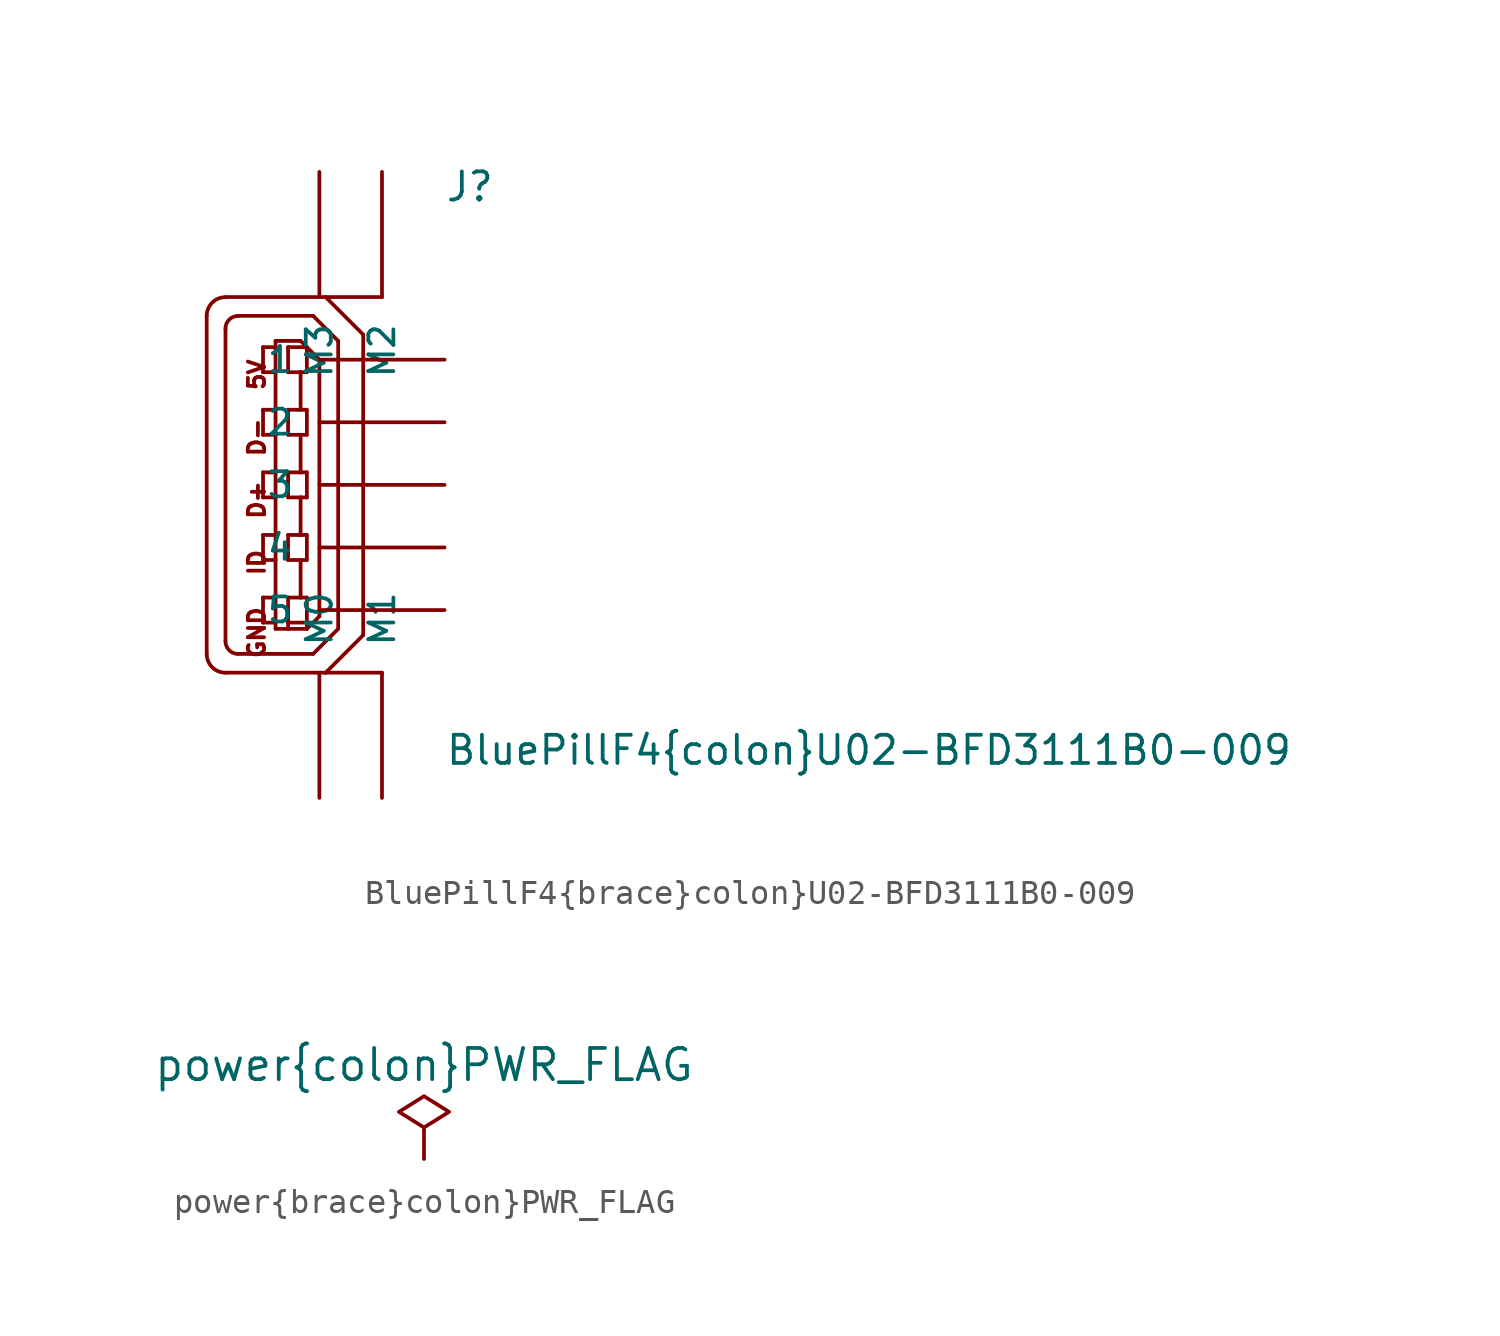
<source format=kicad_sym>
(kicad_symbol_lib
  (version 20211014)
  (generator kicad_symbol_editor)
  (symbol "BluePillF4{brace}colon}U02-BFD3111B0-009"
    (pin_numbers hide)
    (pin_names
      (offset 1.016))
    (property "Reference" "J"
      (at 5.08 11.43 0)
      (effects (font (size 1.143 1.143)) (justify left bottom)))
    (property "Value" "BluePillF4{brace}colon}U02-BFD3111B0-009"
      (at 5.08 -11.43 0)
      (effects (font (size 1.143 1.143)) (justify left bottom)))
    (property "ki_locked" ""
      (at 0 0 0)
      (effects (font (size 1.27 1.27))))
    (symbol "BluePillF4{brace}colon}U02-BFD3111B0-009_1_0"
      (polyline (pts (xy -4.572 6.858) (xy -4.572 -6.858)) (stroke (width 0) (type default) (color 0 0 0 0)) (fill (type none)))
      (polyline (pts (xy -3.81 -7.62) (xy 0.254 -7.62)) (stroke (width 0) (type default) (color 0 0 0 0)) (fill (type none)))
      (polyline (pts (xy -3.81 6.35) (xy -3.81 -6.35)) (stroke (width 0) (type default) (color 0 0 0 0)) (fill (type none)))
      (polyline (pts (xy -3.302 -6.858) (xy -0.254 -6.858)) (stroke (width 0) (type default) (color 0 0 0 0)) (fill (type none)))
      (polyline (pts (xy -2.286 -5.588) (xy -1.778 -5.588)) (stroke (width 0) (type default) (color 0 0 0 0)) (fill (type none)))
      (polyline (pts (xy -2.286 -4.572) (xy -2.286 -5.588)) (stroke (width 0) (type default) (color 0 0 0 0)) (fill (type none)))
      (polyline (pts (xy -2.286 -3.048) (xy -1.778 -3.048)) (stroke (width 0) (type default) (color 0 0 0 0)) (fill (type none)))
      (polyline (pts (xy -2.286 -2.032) (xy -2.286 -3.048)) (stroke (width 0) (type default) (color 0 0 0 0)) (fill (type none)))
      (polyline (pts (xy -2.286 -0.508) (xy -1.778 -0.508)) (stroke (width 0) (type default) (color 0 0 0 0)) (fill (type none)))
      (polyline (pts (xy -2.286 0.508) (xy -2.286 -0.508)) (stroke (width 0) (type default) (color 0 0 0 0)) (fill (type none)))
      (polyline (pts (xy -2.286 2.032) (xy -1.778 2.032)) (stroke (width 0) (type default) (color 0 0 0 0)) (fill (type none)))
      (polyline (pts (xy -2.286 3.048) (xy -2.286 2.032)) (stroke (width 0) (type default) (color 0 0 0 0)) (fill (type none)))
      (polyline (pts (xy -2.286 4.572) (xy -1.778 4.572)) (stroke (width 0) (type default) (color 0 0 0 0)) (fill (type none)))
      (polyline (pts (xy -2.286 5.588) (xy -2.286 4.572)) (stroke (width 0) (type default) (color 0 0 0 0)) (fill (type none)))
      (polyline (pts (xy -1.778 -5.842) (xy -1.778 -5.588)) (stroke (width 0) (type default) (color 0 0 0 0)) (fill (type none)))
      (polyline (pts (xy -1.778 -5.588) (xy -1.778 -4.572)) (stroke (width 0) (type default) (color 0 0 0 0)) (fill (type none)))
      (polyline (pts (xy -1.778 -4.572) (xy -2.286 -4.572)) (stroke (width 0) (type default) (color 0 0 0 0)) (fill (type none)))
      (polyline (pts (xy -1.778 -4.572) (xy -1.778 -3.048)) (stroke (width 0) (type default) (color 0 0 0 0)) (fill (type none)))
      (polyline (pts (xy -1.778 -3.048) (xy -1.778 -2.032)) (stroke (width 0) (type default) (color 0 0 0 0)) (fill (type none)))
      (polyline (pts (xy -1.778 -2.032) (xy -2.286 -2.032)) (stroke (width 0) (type default) (color 0 0 0 0)) (fill (type none)))
      (polyline (pts (xy -1.778 -2.032) (xy -1.778 -0.508)) (stroke (width 0) (type default) (color 0 0 0 0)) (fill (type none)))
      (polyline (pts (xy -1.778 -0.508) (xy -1.778 0.508)) (stroke (width 0) (type default) (color 0 0 0 0)) (fill (type none)))
      (polyline (pts (xy -1.778 0.508) (xy -2.286 0.508)) (stroke (width 0) (type default) (color 0 0 0 0)) (fill (type none)))
      (polyline (pts (xy -1.778 0.508) (xy -1.778 2.032)) (stroke (width 0) (type default) (color 0 0 0 0)) (fill (type none)))
      (polyline (pts (xy -1.778 2.032) (xy -1.778 3.048)) (stroke (width 0) (type default) (color 0 0 0 0)) (fill (type none)))
      (polyline (pts (xy -1.778 3.048) (xy -2.286 3.048)) (stroke (width 0) (type default) (color 0 0 0 0)) (fill (type none)))
      (polyline (pts (xy -1.778 3.048) (xy -1.778 4.572)) (stroke (width 0) (type default) (color 0 0 0 0)) (fill (type none)))
      (polyline (pts (xy -1.778 4.572) (xy -1.778 5.588)) (stroke (width 0) (type default) (color 0 0 0 0)) (fill (type none)))
      (polyline (pts (xy -1.778 5.588) (xy -2.286 5.588)) (stroke (width 0) (type default) (color 0 0 0 0)) (fill (type none)))
      (polyline (pts (xy -1.778 5.588) (xy -1.778 5.842)) (stroke (width 0) (type default) (color 0 0 0 0)) (fill (type none)))
      (polyline (pts (xy -1.778 5.842) (xy -0.762 5.842)) (stroke (width 0) (type default) (color 0 0 0 0)) (fill (type none)))
      (polyline (pts (xy -1.27 -5.842) (xy -1.778 -5.842)) (stroke (width 0) (type default) (color 0 0 0 0)) (fill (type none)))
      (polyline (pts (xy -1.27 -5.842) (xy -1.27 -5.588)) (stroke (width 0) (type default) (color 0 0 0 0)) (fill (type none)))
      (polyline (pts (xy -1.27 -5.588) (xy -1.27 -4.572)) (stroke (width 0) (type default) (color 0 0 0 0)) (fill (type none)))
      (polyline (pts (xy -1.27 -5.588) (xy -0.508 -5.588)) (stroke (width 0) (type default) (color 0 0 0 0)) (fill (type none)))
      (polyline (pts (xy -1.27 -4.572) (xy -0.762 -4.572)) (stroke (width 0) (type default) (color 0 0 0 0)) (fill (type none)))
      (polyline (pts (xy -1.27 -3.048) (xy -1.27 -2.032)) (stroke (width 0) (type default) (color 0 0 0 0)) (fill (type none)))
      (polyline (pts (xy -1.27 -2.032) (xy -0.762 -2.032)) (stroke (width 0) (type default) (color 0 0 0 0)) (fill (type none)))
      (polyline (pts (xy -1.27 -0.508) (xy -1.27 0.508)) (stroke (width 0) (type default) (color 0 0 0 0)) (fill (type none)))
      (polyline (pts (xy -1.27 0.508) (xy -0.762 0.508)) (stroke (width 0) (type default) (color 0 0 0 0)) (fill (type none)))
      (polyline (pts (xy -1.27 2.032) (xy -1.27 3.048)) (stroke (width 0) (type default) (color 0 0 0 0)) (fill (type none)))
      (polyline (pts (xy -1.27 3.048) (xy -0.762 3.048)) (stroke (width 0) (type default) (color 0 0 0 0)) (fill (type none)))
      (polyline (pts (xy -1.27 4.572) (xy -1.27 5.588)) (stroke (width 0) (type default) (color 0 0 0 0)) (fill (type none)))
      (polyline (pts (xy -1.27 5.588) (xy -0.508 5.588)) (stroke (width 0) (type default) (color 0 0 0 0)) (fill (type none)))
      (polyline (pts (xy -0.762 -4.572) (xy -0.508 -4.572)) (stroke (width 0) (type default) (color 0 0 0 0)) (fill (type none)))
      (polyline (pts (xy -0.762 -3.048) (xy -1.27 -3.048)) (stroke (width 0) (type default) (color 0 0 0 0)) (fill (type none)))
      (polyline (pts (xy -0.762 -3.048) (xy -0.762 -4.572)) (stroke (width 0) (type default) (color 0 0 0 0)) (fill (type none)))
      (polyline (pts (xy -0.762 -2.032) (xy -0.508 -2.032)) (stroke (width 0) (type default) (color 0 0 0 0)) (fill (type none)))
      (polyline (pts (xy -0.762 -0.508) (xy -1.27 -0.508)) (stroke (width 0) (type default) (color 0 0 0 0)) (fill (type none)))
      (polyline (pts (xy -0.762 -0.508) (xy -0.762 -2.032)) (stroke (width 0) (type default) (color 0 0 0 0)) (fill (type none)))
      (polyline (pts (xy -0.762 0.508) (xy -0.508 0.508)) (stroke (width 0) (type default) (color 0 0 0 0)) (fill (type none)))
      (polyline (pts (xy -0.762 2.032) (xy -1.27 2.032)) (stroke (width 0) (type default) (color 0 0 0 0)) (fill (type none)))
      (polyline (pts (xy -0.762 2.032) (xy -0.762 0.508)) (stroke (width 0) (type default) (color 0 0 0 0)) (fill (type none)))
      (polyline (pts (xy -0.762 3.048) (xy -0.508 3.048)) (stroke (width 0) (type default) (color 0 0 0 0)) (fill (type none)))
      (polyline (pts (xy -0.762 4.572) (xy -1.27 4.572)) (stroke (width 0) (type default) (color 0 0 0 0)) (fill (type none)))
      (polyline (pts (xy -0.762 4.572) (xy -0.762 3.048)) (stroke (width 0) (type default) (color 0 0 0 0)) (fill (type none)))
      (polyline (pts (xy -0.762 5.842) (xy -0.508 5.588)) (stroke (width 0) (type default) (color 0 0 0 0)) (fill (type none)))
      (polyline (pts (xy -0.508 -5.842) (xy -1.27 -5.842)) (stroke (width 0) (type default) (color 0 0 0 0)) (fill (type none)))
      (polyline (pts (xy -0.508 -5.588) (xy -0.508 -5.842)) (stroke (width 0) (type default) (color 0 0 0 0)) (fill (type none)))
      (polyline (pts (xy -0.508 -4.572) (xy -0.508 -5.588)) (stroke (width 0) (type default) (color 0 0 0 0)) (fill (type none)))
      (polyline (pts (xy -0.508 -3.048) (xy -0.762 -3.048)) (stroke (width 0) (type default) (color 0 0 0 0)) (fill (type none)))
      (polyline (pts (xy -0.508 -2.032) (xy -0.508 -3.048)) (stroke (width 0) (type default) (color 0 0 0 0)) (fill (type none)))
      (polyline (pts (xy -0.508 -0.508) (xy -0.762 -0.508)) (stroke (width 0) (type default) (color 0 0 0 0)) (fill (type none)))
      (polyline (pts (xy -0.508 0.508) (xy -0.508 -0.508)) (stroke (width 0) (type default) (color 0 0 0 0)) (fill (type none)))
      (polyline (pts (xy -0.508 2.032) (xy -0.762 2.032)) (stroke (width 0) (type default) (color 0 0 0 0)) (fill (type none)))
      (polyline (pts (xy -0.508 3.048) (xy -0.508 2.032)) (stroke (width 0) (type default) (color 0 0 0 0)) (fill (type none)))
      (polyline (pts (xy -0.508 4.572) (xy -0.762 4.572)) (stroke (width 0) (type default) (color 0 0 0 0)) (fill (type none)))
      (polyline (pts (xy -0.508 5.588) (xy -0.508 4.572)) (stroke (width 0) (type default) (color 0 0 0 0)) (fill (type none)))
      (polyline (pts (xy -0.508 5.588) (xy 0 5.08)) (stroke (width 0) (type default) (color 0 0 0 0)) (fill (type none)))
      (polyline (pts (xy -0.254 -6.858) (xy 0.762 -5.842)) (stroke (width 0) (type default) (color 0 0 0 0)) (fill (type none)))
      (polyline (pts (xy -0.254 6.858) (xy -3.302 6.858)) (stroke (width 0) (type default) (color 0 0 0 0)) (fill (type none)))
      (polyline (pts (xy 0 -5.334) (xy -0.508 -5.842)) (stroke (width 0) (type default) (color 0 0 0 0)) (fill (type none)))
      (polyline (pts (xy 0 5.08) (xy 0 -5.334)) (stroke (width 0) (type default) (color 0 0 0 0)) (fill (type none)))
      (polyline (pts (xy 0.254 -7.62) (xy 1.778 -6.096)) (stroke (width 0) (type default) (color 0 0 0 0)) (fill (type none)))
      (polyline (pts (xy 0.254 -7.62) (xy 2.54 -7.62)) (stroke (width 0) (type default) (color 0 0 0 0)) (fill (type none)))
      (polyline (pts (xy 0.254 7.62) (xy -3.81 7.62)) (stroke (width 0) (type default) (color 0 0 0 0)) (fill (type none)))
      (polyline (pts (xy 0.254 7.62) (xy 2.54 7.62)) (stroke (width 0) (type default) (color 0 0 0 0)) (fill (type none)))
      (polyline (pts (xy 0.762 -5.842) (xy 0.762 5.842)) (stroke (width 0) (type default) (color 0 0 0 0)) (fill (type none)))
      (polyline (pts (xy 0.762 5.842) (xy -0.254 6.858)) (stroke (width 0) (type default) (color 0 0 0 0)) (fill (type none)))
      (polyline (pts (xy 1.778 -6.096) (xy 1.778 6.096)) (stroke (width 0) (type default) (color 0 0 0 0)) (fill (type none)))
      (polyline (pts (xy 1.778 6.096) (xy 0.254 7.62)) (stroke (width 0) (type default) (color 0 0 0 0)) (fill (type none)))
      (text "5V" (at -2.54 4.47 900) (effects (font (size 0.66 0.66))))
      (text "D+" (at -2.54 -0.61 900) (effects (font (size 0.66 0.66))))
      (text "D-" (at -2.54 1.93 900) (effects (font (size 0.66 0.66))))
      (text "GND" (at -2.54 -5.994 900) (effects (font (size 0.66 0.66))))
      (text "ID" (at -2.54 -3.15 900) (effects (font (size 0.66 0.66)))))
    (symbol "BluePillF4{brace}colon}U02-BFD3111B0-009_1_1"
      (arc (start -4.572 -6.858) (mid -4.3488 -7.3968) (end -3.81 -7.62) (stroke (width 0) (type default) (color 0 0 0 0)) (fill (type none)))
      (arc (start -3.81 -6.35) (mid -3.6612 -6.7092) (end -3.302 -6.858) (stroke (width 0) (type default) (color 0 0 0 0)) (fill (type none)))
      (arc (start -3.81 7.62) (mid -4.3488 7.3968) (end -4.572 6.858) (stroke (width 0) (type default) (color 0 0 0 0)) (fill (type none)))
      (arc (start -3.302 6.858) (mid -3.6612 6.7092) (end -3.81 6.35) (stroke (width 0) (type default) (color 0 0 0 0)) (fill (type none)))
      (pin passive line (at 5.08 5.08 180) (length 5.08) (name "1" (effects (font (size 1.016 1.016)))) (number "1" (effects (font (size 1.016 1.016)))))
      (pin passive line (at 5.08 2.54 180) (length 5.08) (name "2" (effects (font (size 1.016 1.016)))) (number "2" (effects (font (size 1.016 1.016)))))
      (pin passive line (at 5.08 0 180) (length 5.08) (name "3" (effects (font (size 1.016 1.016)))) (number "3" (effects (font (size 1.016 1.016)))))
      (pin passive line (at 5.08 -2.54 180) (length 5.08) (name "4" (effects (font (size 1.016 1.016)))) (number "4" (effects (font (size 1.016 1.016)))))
      (pin passive line (at 5.08 -5.08 180) (length 5.08) (name "5" (effects (font (size 1.016 1.016)))) (number "5" (effects (font (size 1.016 1.016)))))
      (pin passive line (at 0 -12.7 90) (length 5.08) (name "M0" (effects (font (size 1.016 1.016)))) (number "S$1" (effects (font (size 1.016 1.016)))))
      (pin passive line (at 2.54 -12.7 90) (length 5.08) (name "M1" (effects (font (size 1.016 1.016)))) (number "S$2" (effects (font (size 1.016 1.016)))))
      (pin passive line (at 2.54 12.7 270) (length 5.08) (name "M2" (effects (font (size 1.016 1.016)))) (number "S$3" (effects (font (size 1.016 1.016)))))
      (pin passive line (at 0 12.7 270) (length 5.08) (name "M3" (effects (font (size 1.016 1.016)))) (number "S$4" (effects (font (size 1.016 1.016)))))))
  (symbol "power{brace}colon}PWR_FLAG"
    (power)
    (pin_numbers hide)
    (pin_names
      (offset 0) hide)
    (property "Reference" "#FLG"
      (at 0 1.905 0)
      (effects (font (size 1.27 1.27)) hide))
    (property "Value" "power{brace}colon}PWR_FLAG"
      (at 0 3.81 0)
      (effects (font (size 1.27 1.27))))
    (symbol "power{brace}colon}PWR_FLAG_0_0"
      (pin power_out line (at 0 0 90) (length 0) (name "pwr" (effects (font (size 1.27 1.27)))) (number "1" (effects (font (size 1.27 1.27))))))
    (symbol "power{brace}colon}PWR_FLAG_0_1"
      (polyline (pts (xy 0 0) (xy 0 1.27) (xy -1.016 1.905) (xy 0 2.54) (xy 1.016 1.905) (xy 0 1.27)) (stroke (width 0) (type default) (color 0 0 0 0)) (fill (type none))))))
</source>
